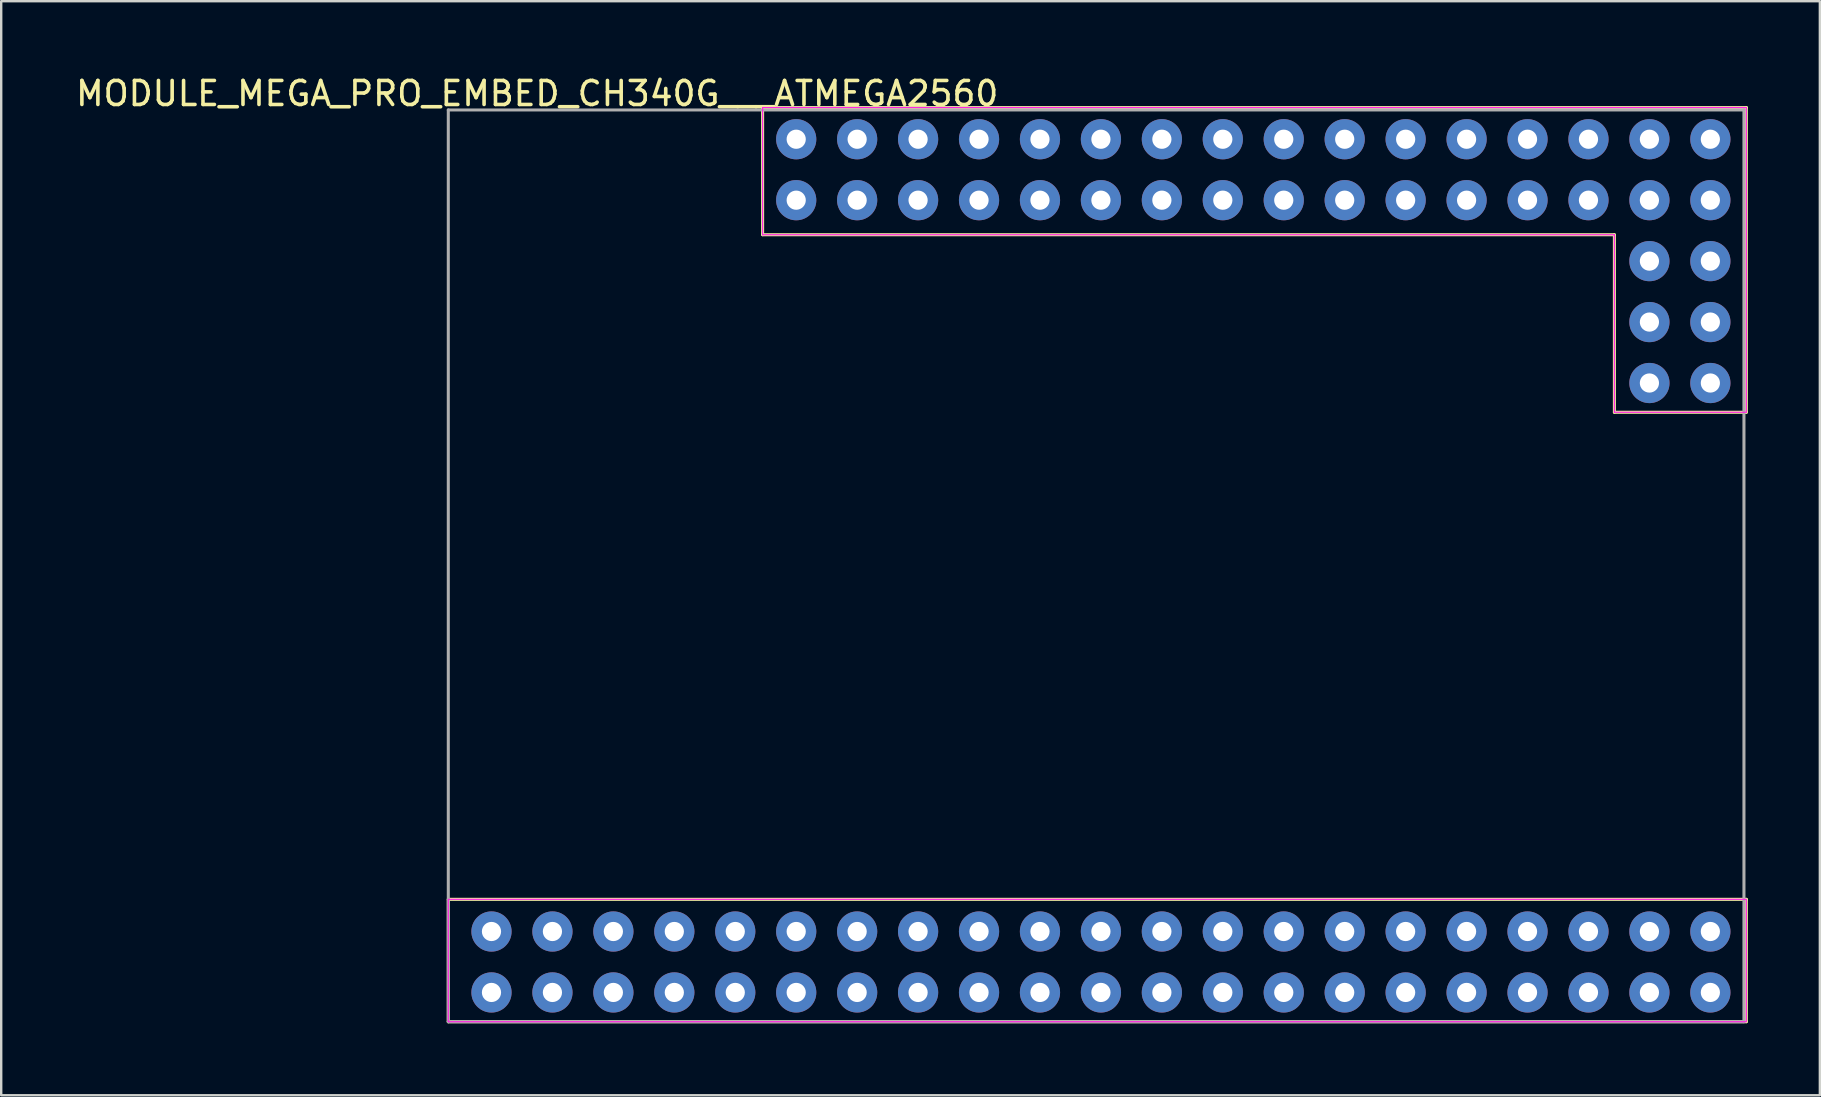
<source format=kicad_pcb>
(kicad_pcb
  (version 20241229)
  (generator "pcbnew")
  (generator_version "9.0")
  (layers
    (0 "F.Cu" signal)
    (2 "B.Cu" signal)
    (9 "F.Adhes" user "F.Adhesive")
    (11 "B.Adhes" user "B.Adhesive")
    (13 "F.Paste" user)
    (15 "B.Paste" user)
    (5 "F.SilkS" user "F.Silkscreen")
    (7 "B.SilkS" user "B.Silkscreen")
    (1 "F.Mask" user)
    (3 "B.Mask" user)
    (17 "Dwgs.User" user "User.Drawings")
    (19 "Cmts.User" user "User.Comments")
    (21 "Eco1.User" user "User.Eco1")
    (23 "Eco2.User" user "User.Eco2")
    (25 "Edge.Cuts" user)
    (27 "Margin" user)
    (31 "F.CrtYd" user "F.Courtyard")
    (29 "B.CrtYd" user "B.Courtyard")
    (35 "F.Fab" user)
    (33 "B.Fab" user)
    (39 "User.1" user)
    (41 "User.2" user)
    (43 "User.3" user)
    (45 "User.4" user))
  (footprint "MODULE_MEGA_PRO_EMBED_CH340G___ATMEGA2560"
    (layer "F.Cu")
    (at 42.634 20.533)
    (property "Reference" "MODULE_MEGA_PRO_EMBED_CH340G___ATMEGA2560" (at -23.295 -19.685 0) (layer "F.SilkS") (effects (font (size 1 1) (thickness 0.15))))
    (attr through_hole)
    (fp_line (start -27 13.9) (end -27 19) (stroke (width 0.127) (type default)) (layer "F.SilkS"))
    (fp_line (start -27 13.9) (end 27.1 13.9) (stroke (width 0.127) (type solid)) (layer "F.SilkS"))
    (fp_line (start -27 19) (end 27.1 19) (stroke (width 0.127) (type solid)) (layer "F.SilkS"))
    (fp_line (start -13.9 -19.1) (end -13.9 -13.8) (stroke (width 0.127) (type default)) (layer "F.SilkS"))
    (fp_line (start -13.9 -13.8) (end 21.6 -13.8) (stroke (width 0.127) (type default)) (layer "F.SilkS"))
    (fp_line (start 21.6 -13.8) (end 21.6 -6.4) (stroke (width 0.127) (type default)) (layer "F.SilkS"))
    (fp_line (start 21.6 -6.4) (end 27.1 -6.4) (stroke (width 0.127) (type default)) (layer "F.SilkS"))
    (fp_line (start 27.1 -19.1) (end -13.9 -19.1) (stroke (width 0.127) (type default)) (layer "F.SilkS"))
    (fp_line (start 27.1 -19.1) (end 27.1 -6.4) (stroke (width 0.127) (type default)) (layer "F.SilkS"))
    (fp_line (start 27.1 13.9) (end 27.1 19) (stroke (width 0.127) (type default)) (layer "F.SilkS"))
    (fp_line (start -13.9 -19.1) (end -13.9 -13.8) (stroke (width 0.05) (type solid)) (layer "F.CrtYd"))
    (fp_line (start -13.9 -13.8) (end 21.6 -13.8) (stroke (width 0.05) (type solid)) (layer "F.CrtYd"))
    (fp_line (start 21.6 -13.8) (end 21.6 -6.4) (stroke (width 0.05) (type solid)) (layer "F.CrtYd"))
    (fp_line (start 21.6 -6.4) (end 27.1 -6.4) (stroke (width 0.05) (type solid)) (layer "F.CrtYd"))
    (fp_line (start 27.1 -19.1) (end -13.9 -19.1) (stroke (width 0.05) (type solid)) (layer "F.CrtYd"))
    (fp_line (start 27.1 -6.4) (end 27.1 -19.1) (stroke (width 0.05) (type solid)) (layer "F.CrtYd"))
    (fp_rect (start -27 13.9) (end 27.1 19) (stroke (width 0.05) (type solid)) (fill no) (layer "F.CrtYd"))
    (fp_line (start -27 -19) (end 27 -19) (stroke (width 0.127) (type solid)) (layer "F.Fab"))
    (fp_line (start -27 19) (end -27 -19) (stroke (width 0.127) (type solid)) (layer "F.Fab"))
    (fp_line (start -27 19) (end 27 19) (stroke (width 0.127) (type solid)) (layer "F.Fab"))
    (fp_line (start 27 19) (end 27 -19) (stroke (width 0.127) (type solid)) (layer "F.Fab"))
    (pad "3V3_1" thru_hole circle (at -17.58 17.78) (size 1.676 1.676) (drill 0.8) (layers "*.Cu" "*.Mask"))
    (pad "3V3_2" thru_hole circle (at -17.58 15.24) (size 1.676 1.676) (drill 0.8) (layers "*.Cu" "*.Mask"))
    (pad "5V_1" thru_hole circle (at -20.12 17.78) (size 1.676 1.676) (drill 0.8) (layers "*.Cu" "*.Mask"))
    (pad "5V_2" thru_hole circle (at -20.12 15.24) (size 1.676 1.676) (drill 0.8) (layers "*.Cu" "*.Mask"))
    (pad "A0" thru_hole circle (at -12.5 -17.78) (size 1.676 1.676) (drill 0.8) (layers "*.Cu" "*.Mask"))
    (pad "A1" thru_hole circle (at -12.5 -15.24) (size 1.676 1.676) (drill 0.8) (layers "*.Cu" "*.Mask"))
    (pad "A2" thru_hole circle (at -9.96 -17.78) (size 1.676 1.676) (drill 0.8) (layers "*.Cu" "*.Mask"))
    (pad "A3" thru_hole circle (at -9.96 -15.24) (size 1.676 1.676) (drill 0.8) (layers "*.Cu" "*.Mask"))
    (pad "A4" thru_hole circle (at -7.42 -17.78) (size 1.676 1.676) (drill 0.8) (layers "*.Cu" "*.Mask"))
    (pad "A5" thru_hole circle (at -7.42 -15.24) (size 1.676 1.676) (drill 0.8) (layers "*.Cu" "*.Mask"))
    (pad "A6" thru_hole circle (at -4.88 -17.78) (size 1.676 1.676) (drill 0.8) (layers "*.Cu" "*.Mask"))
    (pad "A7" thru_hole circle (at -4.88 -15.24) (size 1.676 1.676) (drill 0.8) (layers "*.Cu" "*.Mask"))
    (pad "A8" thru_hole circle (at -2.34 -17.78) (size 1.676 1.676) (drill 0.8) (layers "*.Cu" "*.Mask"))
    (pad "A9" thru_hole circle (at -2.34 -15.24) (size 1.676 1.676) (drill 0.8) (layers "*.Cu" "*.Mask"))
    (pad "A10" thru_hole circle (at 0.2 -17.78) (size 1.676 1.676) (drill 0.8) (layers "*.Cu" "*.Mask"))
    (pad "A11" thru_hole circle (at 0.2 -15.24) (size 1.676 1.676) (drill 0.8) (layers "*.Cu" "*.Mask"))
    (pad "A12" thru_hole circle (at 2.74 -17.78) (size 1.676 1.676) (drill 0.8) (layers "*.Cu" "*.Mask"))
    (pad "A13" thru_hole circle (at 2.74 -15.24) (size 1.676 1.676) (drill 0.8) (layers "*.Cu" "*.Mask"))
    (pad "A14" thru_hole circle (at 5.28 -17.78) (size 1.676 1.676) (drill 0.8) (layers "*.Cu" "*.Mask"))
    (pad "A15" thru_hole circle (at 5.28 -15.24) (size 1.676 1.676) (drill 0.8) (layers "*.Cu" "*.Mask"))
    (pad "AREF" thru_hole circle (at -15.04 15.24) (size 1.676 1.676) (drill 0.8) (layers "*.Cu" "*.Mask"))
    (pad "D2" thru_hole circle (at -9.96 15.24) (size 1.676 1.676) (drill 0.8) (layers "*.Cu" "*.Mask"))
    (pad "D3" thru_hole circle (at -9.96 17.78) (size 1.676 1.676) (drill 0.8) (layers "*.Cu" "*.Mask"))
    (pad "D4" thru_hole circle (at -7.42 15.24) (size 1.676 1.676) (drill 0.8) (layers "*.Cu" "*.Mask"))
    (pad "D5" thru_hole circle (at -7.42 17.78) (size 1.676 1.676) (drill 0.8) (layers "*.Cu" "*.Mask"))
    (pad "D6" thru_hole circle (at -4.88 15.24) (size 1.676 1.676) (drill 0.8) (layers "*.Cu" "*.Mask"))
    (pad "D7" thru_hole circle (at -4.88 17.78) (size 1.676 1.676) (drill 0.8) (layers "*.Cu" "*.Mask"))
    (pad "D8" thru_hole circle (at -2.34 15.24) (size 1.676 1.676) (drill 0.8) (layers "*.Cu" "*.Mask"))
    (pad "D9" thru_hole circle (at -2.34 17.78) (size 1.676 1.676) (drill 0.8) (layers "*.Cu" "*.Mask"))
    (pad "D10" thru_hole circle (at 0.2 15.24) (size 1.676 1.676) (drill 0.8) (layers "*.Cu" "*.Mask"))
    (pad "D11" thru_hole circle (at 0.2 17.78) (size 1.676 1.676) (drill 0.8) (layers "*.Cu" "*.Mask"))
    (pad "D12" thru_hole circle (at 2.74 15.24) (size 1.676 1.676) (drill 0.8) (layers "*.Cu" "*.Mask"))
    (pad "D13" thru_hole circle (at 2.74 17.78) (size 1.676 1.676) (drill 0.8) (layers "*.Cu" "*.Mask"))
    (pad "D14" thru_hole circle (at 5.28 15.24) (size 1.676 1.676) (drill 0.8) (layers "*.Cu" "*.Mask"))
    (pad "D15" thru_hole circle (at 5.28 17.78) (size 1.676 1.676) (drill 0.8) (layers "*.Cu" "*.Mask"))
    (pad "D16" thru_hole circle (at 7.82 15.24) (size 1.676 1.676) (drill 0.8) (layers "*.Cu" "*.Mask"))
    (pad "D17" thru_hole circle (at 7.82 17.78) (size 1.676 1.676) (drill 0.8) (layers "*.Cu" "*.Mask"))
    (pad "D18" thru_hole circle (at 10.36 15.24) (size 1.676 1.676) (drill 0.8) (layers "*.Cu" "*.Mask"))
    (pad "D19" thru_hole circle (at 10.36 17.78) (size 1.676 1.676) (drill 0.8) (layers "*.Cu" "*.Mask"))
    (pad "D20" thru_hole circle (at 12.9 15.24) (size 1.676 1.676) (drill 0.8) (layers "*.Cu" "*.Mask"))
    (pad "D21" thru_hole circle (at 12.9 17.78) (size 1.676 1.676) (drill 0.8) (layers "*.Cu" "*.Mask"))
    (pad "D22" thru_hole circle (at 15.44 15.24) (size 1.676 1.676) (drill 0.8) (layers "*.Cu" "*.Mask"))
    (pad "D23" thru_hole circle (at 15.44 17.78) (size 1.676 1.676) (drill 0.8) (layers "*.Cu" "*.Mask"))
    (pad "D24" thru_hole circle (at 17.98 15.24) (size 1.676 1.676) (drill 0.8) (layers "*.Cu" "*.Mask"))
    (pad "D25" thru_hole circle (at 17.98 17.78) (size 1.676 1.676) (drill 0.8) (layers "*.Cu" "*.Mask"))
    (pad "D26" thru_hole circle (at 20.52 15.24) (size 1.676 1.676) (drill 0.8) (layers "*.Cu" "*.Mask"))
    (pad "D27" thru_hole circle (at 20.52 17.78) (size 1.676 1.676) (drill 0.8) (layers "*.Cu" "*.Mask"))
    (pad "D28" thru_hole circle (at 23.06 15.24) (size 1.676 1.676) (drill 0.8) (layers "*.Cu" "*.Mask"))
    (pad "D29" thru_hole circle (at 23.06 17.78) (size 1.676 1.676) (drill 0.8) (layers "*.Cu" "*.Mask"))
    (pad "D30" thru_hole circle (at 25.6 15.24) (size 1.676 1.676) (drill 0.8) (layers "*.Cu" "*.Mask"))
    (pad "D31" thru_hole circle (at 25.6 17.78) (size 1.676 1.676) (drill 0.8) (layers "*.Cu" "*.Mask"))
    (pad "D32" thru_hole circle (at 7.82 -17.78) (size 1.676 1.676) (drill 0.8) (layers "*.Cu" "*.Mask"))
    (pad "D33" thru_hole circle (at 7.82 -15.24) (size 1.676 1.676) (drill 0.8) (layers "*.Cu" "*.Mask"))
    (pad "D34" thru_hole circle (at 10.36 -17.78) (size 1.676 1.676) (drill 0.8) (layers "*.Cu" "*.Mask"))
    (pad "D35" thru_hole circle (at 10.36 -15.24) (size 1.676 1.676) (drill 0.8) (layers "*.Cu" "*.Mask"))
    (pad "D36" thru_hole circle (at 12.9 -17.78) (size 1.676 1.676) (drill 0.8) (layers "*.Cu" "*.Mask"))
    (pad "D37" thru_hole circle (at 12.9 -15.24) (size 1.676 1.676) (drill 0.8) (layers "*.Cu" "*.Mask"))
    (pad "D38" thru_hole circle (at 15.44 -17.78) (size 1.676 1.676) (drill 0.8) (layers "*.Cu" "*.Mask"))
    (pad "D39" thru_hole circle (at 15.44 -15.24) (size 1.676 1.676) (drill 0.8) (layers "*.Cu" "*.Mask"))
    (pad "D40" thru_hole circle (at 17.98 -17.78) (size 1.676 1.676) (drill 0.8) (layers "*.Cu" "*.Mask"))
    (pad "D41" thru_hole circle (at 17.98 -15.24) (size 1.676 1.676) (drill 0.8) (layers "*.Cu" "*.Mask"))
    (pad "D42" thru_hole circle (at 20.52 -17.78) (size 1.676 1.676) (drill 0.8) (layers "*.Cu" "*.Mask"))
    (pad "D43" thru_hole circle (at 20.52 -15.24) (size 1.676 1.676) (drill 0.8) (layers "*.Cu" "*.Mask"))
    (pad "D44" thru_hole circle (at 23.06 -17.78) (size 1.676 1.676) (drill 0.8) (layers "*.Cu" "*.Mask"))
    (pad "D45" thru_hole circle (at 23.06 -15.24) (size 1.676 1.676) (drill 0.8) (layers "*.Cu" "*.Mask"))
    (pad "D46" thru_hole circle (at 25.6 -17.78) (size 1.676 1.676) (drill 0.8) (layers "*.Cu" "*.Mask"))
    (pad "D47" thru_hole circle (at 25.6 -15.24) (size 1.676 1.676) (drill 0.8) (layers "*.Cu" "*.Mask"))
    (pad "D48" thru_hole circle (at 25.6 -12.7) (size 1.676 1.676) (drill 0.8) (layers "*.Cu" "*.Mask"))
    (pad "D49" thru_hole circle (at 23.06 -12.7) (size 1.676 1.676) (drill 0.8) (layers "*.Cu" "*.Mask"))
    (pad "D50" thru_hole circle (at 25.6 -10.16) (size 1.676 1.676) (drill 0.8) (layers "*.Cu" "*.Mask"))
    (pad "D51" thru_hole circle (at 23.06 -10.16) (size 1.676 1.676) (drill 0.8) (layers "*.Cu" "*.Mask"))
    (pad "D52" thru_hole circle (at 25.6 -7.62) (size 1.676 1.676) (drill 0.8) (layers "*.Cu" "*.Mask"))
    (pad "D53" thru_hole circle (at 23.06 -7.62) (size 1.676 1.676) (drill 0.8) (layers "*.Cu" "*.Mask"))
    (pad "GND_1" thru_hole circle (at -22.66 17.78) (size 1.676 1.676) (drill 0.8) (layers "*.Cu" "*.Mask"))
    (pad "GND_2" thru_hole circle (at -22.66 15.24) (size 1.676 1.676) (drill 0.8) (layers "*.Cu" "*.Mask"))
    (pad "RST" thru_hole circle (at -15.04 17.78) (size 1.676 1.676) (drill 0.8) (layers "*.Cu" "*.Mask"))
    (pad "RX" thru_hole circle (at -12.5 15.24) (size 1.676 1.676) (drill 0.8) (layers "*.Cu" "*.Mask"))
    (pad "TX" thru_hole circle (at -12.5 17.78) (size 1.676 1.676) (drill 0.8) (layers "*.Cu" "*.Mask"))
    (pad "VIN_1" thru_hole circle (at -25.2 17.78) (size 1.676 1.676) (drill 0.8) (layers "*.Cu" "*.Mask"))
    (pad "VIN_2" thru_hole circle (at -25.2 15.24) (size 1.676 1.676) (drill 0.8) (layers "*.Cu" "*.Mask")))
  (gr_rect
    (start -3 -3)
    (end 72.798 42.597)
    (stroke (width 0.1) (type default))
    (fill no)
    (layer "Edge.Cuts")))
</source>
